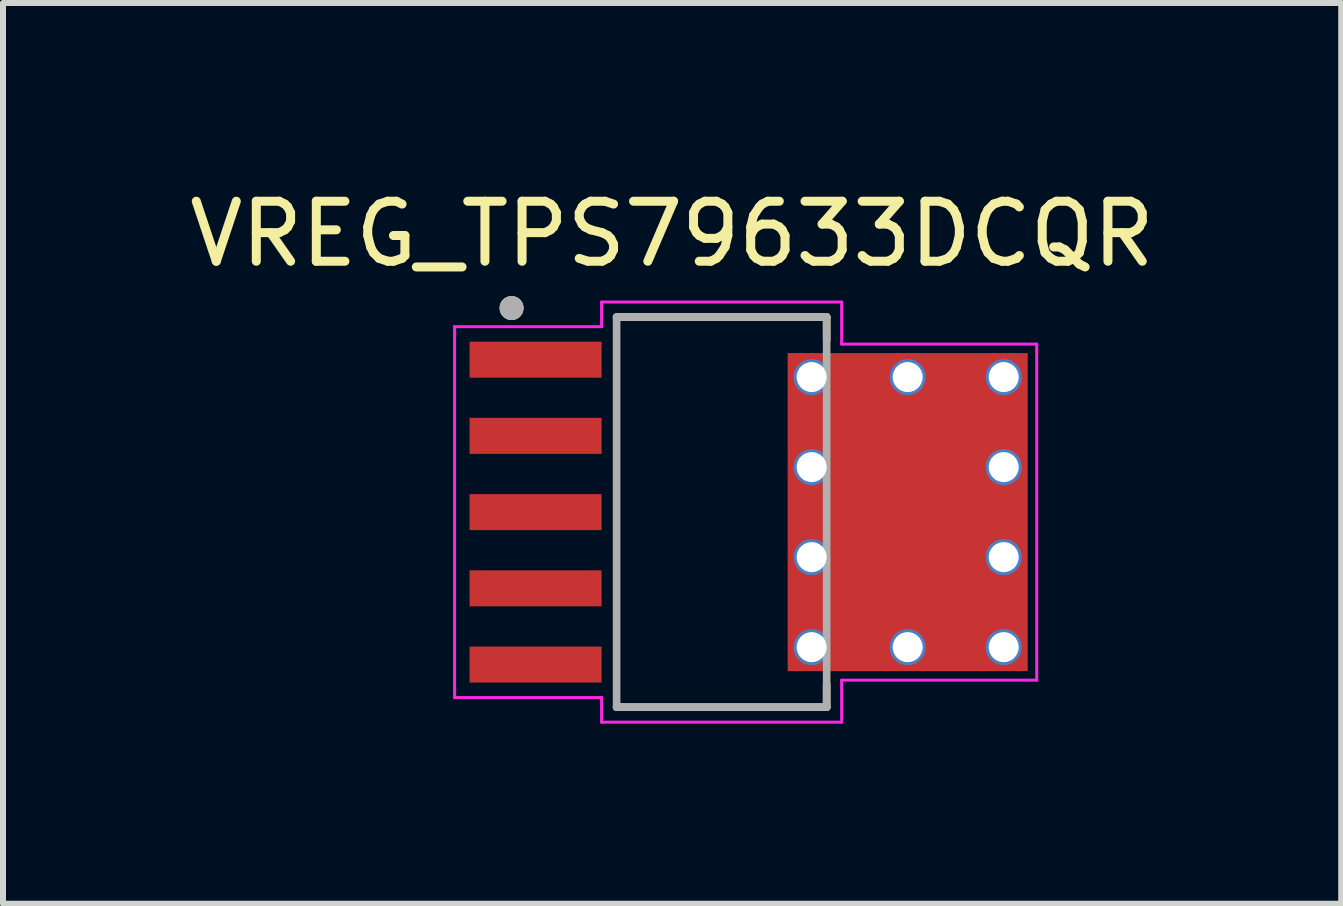
<source format=kicad_pcb>
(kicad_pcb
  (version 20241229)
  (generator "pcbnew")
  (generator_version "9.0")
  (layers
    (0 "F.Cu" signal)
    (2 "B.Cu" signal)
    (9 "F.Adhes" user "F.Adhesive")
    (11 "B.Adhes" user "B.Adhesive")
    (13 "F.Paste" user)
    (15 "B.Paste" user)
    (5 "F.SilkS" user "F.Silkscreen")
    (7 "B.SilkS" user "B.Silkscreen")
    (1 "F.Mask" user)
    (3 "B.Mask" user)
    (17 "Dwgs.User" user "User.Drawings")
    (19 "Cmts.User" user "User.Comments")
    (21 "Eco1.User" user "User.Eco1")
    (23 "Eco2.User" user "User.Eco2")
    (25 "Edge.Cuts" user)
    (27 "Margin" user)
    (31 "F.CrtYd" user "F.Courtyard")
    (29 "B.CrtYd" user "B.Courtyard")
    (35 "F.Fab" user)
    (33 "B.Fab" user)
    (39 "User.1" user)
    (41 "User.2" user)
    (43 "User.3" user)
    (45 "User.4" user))
  (footprint "VREG_TPS79633DCQR"
    (layer "F.Cu")
    (at 8.974 5.483)
    (property "Reference" "VREG_TPS79633DCQR" (at -0.825 -4.635 0) (layer "F.SilkS") (effects (font (size 1 1) (thickness 0.15))))
    (attr through_hole)
    (fp_poly (pts (xy -4.27 -2.91) (xy -1.93 -2.91) (xy -1.93 -2.17) (xy -4.27 -2.17)) (stroke (width 0.01) (type solid)) (fill yes) (layer "F.Mask"))
    (fp_poly (pts (xy -4.27 -1.64) (xy -1.93 -1.64) (xy -1.93 -0.9) (xy -4.27 -0.9)) (stroke (width 0.01) (type solid)) (fill yes) (layer "F.Mask"))
    (fp_poly (pts (xy -4.27 -0.37) (xy -1.93 -0.37) (xy -1.93 0.37) (xy -4.27 0.37)) (stroke (width 0.01) (type solid)) (fill yes) (layer "F.Mask"))
    (fp_poly (pts (xy -4.27 0.9) (xy -1.93 0.9) (xy -1.93 1.64) (xy -4.27 1.64)) (stroke (width 0.01) (type solid)) (fill yes) (layer "F.Mask"))
    (fp_poly (pts (xy -4.27 2.17) (xy -1.93 2.17) (xy -1.93 2.91) (xy -4.27 2.91)) (stroke (width 0.01) (type solid)) (fill yes) (layer "F.Mask"))
    (fp_poly (pts (xy 2 -1.75) (xy 4.2 -1.75) (xy 4.2 1.75) (xy 2 1.75)) (stroke (width 0.01) (type solid)) (fill yes) (layer "F.Mask"))
    (fp_line (start -1.75 -3.25) (end 1.75 -3.25) (stroke (width 0.127) (type solid)) (layer "F.SilkS"))
    (fp_line (start 1.75 -3.25) (end 1.75 -2.87) (stroke (width 0.127) (type solid)) (layer "F.SilkS"))
    (fp_line (start 1.75 2.87) (end 1.75 3.25) (stroke (width 0.127) (type solid)) (layer "F.SilkS"))
    (fp_line (start 1.75 3.25) (end -1.75 3.25) (stroke (width 0.127) (type solid)) (layer "F.SilkS"))
    (fp_circle (center -3.5 -3.4) (end -3.4 -3.4) (stroke (width 0.2) (type solid)) (fill no) (layer "F.SilkS"))
    (fp_poly (pts (xy -4.175 -2.815) (xy -2.025 -2.815) (xy -2.025 -2.265) (xy -4.175 -2.265)) (stroke (width 0.01) (type solid)) (fill yes) (layer "F.Paste"))
    (fp_poly (pts (xy -4.175 -1.545) (xy -2.025 -1.545) (xy -2.025 -0.995) (xy -4.175 -0.995)) (stroke (width 0.01) (type solid)) (fill yes) (layer "F.Paste"))
    (fp_poly (pts (xy -4.175 -0.275) (xy -2.025 -0.275) (xy -2.025 0.275) (xy -4.175 0.275)) (stroke (width 0.01) (type solid)) (fill yes) (layer "F.Paste"))
    (fp_poly (pts (xy -4.175 0.995) (xy -2.025 0.995) (xy -2.025 1.545) (xy -4.175 1.545)) (stroke (width 0.01) (type solid)) (fill yes) (layer "F.Paste"))
    (fp_poly (pts (xy -4.175 2.265) (xy -2.025 2.265) (xy -2.025 2.815) (xy -4.175 2.815)) (stroke (width 0.01) (type solid)) (fill yes) (layer "F.Paste"))
    (fp_poly (pts (xy 2.025 -1.725) (xy 4.175 -1.725) (xy 4.175 1.725) (xy 2.025 1.725)) (stroke (width 0.01) (type solid)) (fill yes) (layer "F.Paste"))
    (fp_line (start -4.45 -3.09) (end -2 -3.09) (stroke (width 0.05) (type solid)) (layer "F.CrtYd"))
    (fp_line (start -4.45 3.09) (end -4.45 -3.09) (stroke (width 0.05) (type solid)) (layer "F.CrtYd"))
    (fp_line (start -2 -3.5) (end 2 -3.5) (stroke (width 0.05) (type solid)) (layer "F.CrtYd"))
    (fp_line (start -2 -3.09) (end -2 -3.5) (stroke (width 0.05) (type solid)) (layer "F.CrtYd"))
    (fp_line (start -2 3.09) (end -4.45 3.09) (stroke (width 0.05) (type solid)) (layer "F.CrtYd"))
    (fp_line (start -2 3.5) (end -2 3.09) (stroke (width 0.05) (type solid)) (layer "F.CrtYd"))
    (fp_line (start 2 -3.5) (end 2 -2.8) (stroke (width 0.05) (type solid)) (layer "F.CrtYd"))
    (fp_line (start 2 -2.8) (end 5.25 -2.8) (stroke (width 0.05) (type solid)) (layer "F.CrtYd"))
    (fp_line (start 2 2.8) (end 2 3.5) (stroke (width 0.05) (type solid)) (layer "F.CrtYd"))
    (fp_line (start 2 3.5) (end -2 3.5) (stroke (width 0.05) (type solid)) (layer "F.CrtYd"))
    (fp_line (start 5.25 -2.8) (end 5.25 2.8) (stroke (width 0.05) (type solid)) (layer "F.CrtYd"))
    (fp_line (start 5.25 2.8) (end 2 2.8) (stroke (width 0.05) (type solid)) (layer "F.CrtYd"))
    (fp_line (start -1.75 -3.25) (end -1.75 3.25) (stroke (width 0.127) (type solid)) (layer "F.Fab"))
    (fp_line (start -1.75 3.25) (end 1.75 3.25) (stroke (width 0.127) (type solid)) (layer "F.Fab"))
    (fp_line (start 1.75 -3.25) (end -1.75 -3.25) (stroke (width 0.127) (type solid)) (layer "F.Fab"))
    (fp_line (start 1.75 3.25) (end 1.75 -3.25) (stroke (width 0.127) (type solid)) (layer "F.Fab"))
    (fp_circle (center -3.5 -3.4) (end -3.4 -3.4) (stroke (width 0.2) (type solid)) (fill no) (layer "F.Fab"))
    (pad "1" smd rect (at -3.1 -2.54) (size 2.2 0.6) (layers "F.Cu"))
    (pad "2" smd rect (at -3.1 -1.27) (size 2.2 0.6) (layers "F.Cu"))
    (pad "3" smd rect (at -3.1 0) (size 2.2 0.6) (layers "F.Cu"))
    (pad "4" smd rect (at -3.1 1.27) (size 2.2 0.6) (layers "F.Cu"))
    (pad "5" smd rect (at -3.1 2.54) (size 2.2 0.6) (layers "F.Cu"))
    (pad "6" smd rect (at 3.1 0) (size 4 5.3) (layers "F.Cu"))
    (pad "7" thru_hole circle (at 4.7 2.25) (size 0.6 0.6) (drill 0.5) (layers "*.Cu"))
    (pad "8" thru_hole circle (at 4.7 0.75) (size 0.6 0.6) (drill 0.5) (layers "*.Cu"))
    (pad "9" thru_hole circle (at 4.7 -0.75) (size 0.6 0.6) (drill 0.5) (layers "*.Cu"))
    (pad "10" thru_hole circle (at 4.7 -2.25) (size 0.6 0.6) (drill 0.5) (layers "*.Cu"))
    (pad "11" thru_hole circle (at 3.1 2.25) (size 0.6 0.6) (drill 0.5) (layers "*.Cu"))
    (pad "12" thru_hole circle (at 3.1 -2.25) (size 0.6 0.6) (drill 0.5) (layers "*.Cu"))
    (pad "13" thru_hole circle (at 1.5 2.25) (size 0.6 0.6) (drill 0.5) (layers "*.Cu"))
    (pad "14" thru_hole circle (at 1.5 0.75) (size 0.6 0.6) (drill 0.5) (layers "*.Cu"))
    (pad "15" thru_hole circle (at 1.5 -0.75) (size 0.6 0.6) (drill 0.5) (layers "*.Cu"))
    (pad "16" thru_hole circle (at 1.5 -2.25) (size 0.6 0.6) (drill 0.5) (layers "*.Cu")))
  (gr_rect
    (start -3 -3)
    (end 19.298 12.008)
    (stroke (width 0.1) (type default))
    (fill no)
    (layer "Edge.Cuts")))
</source>
